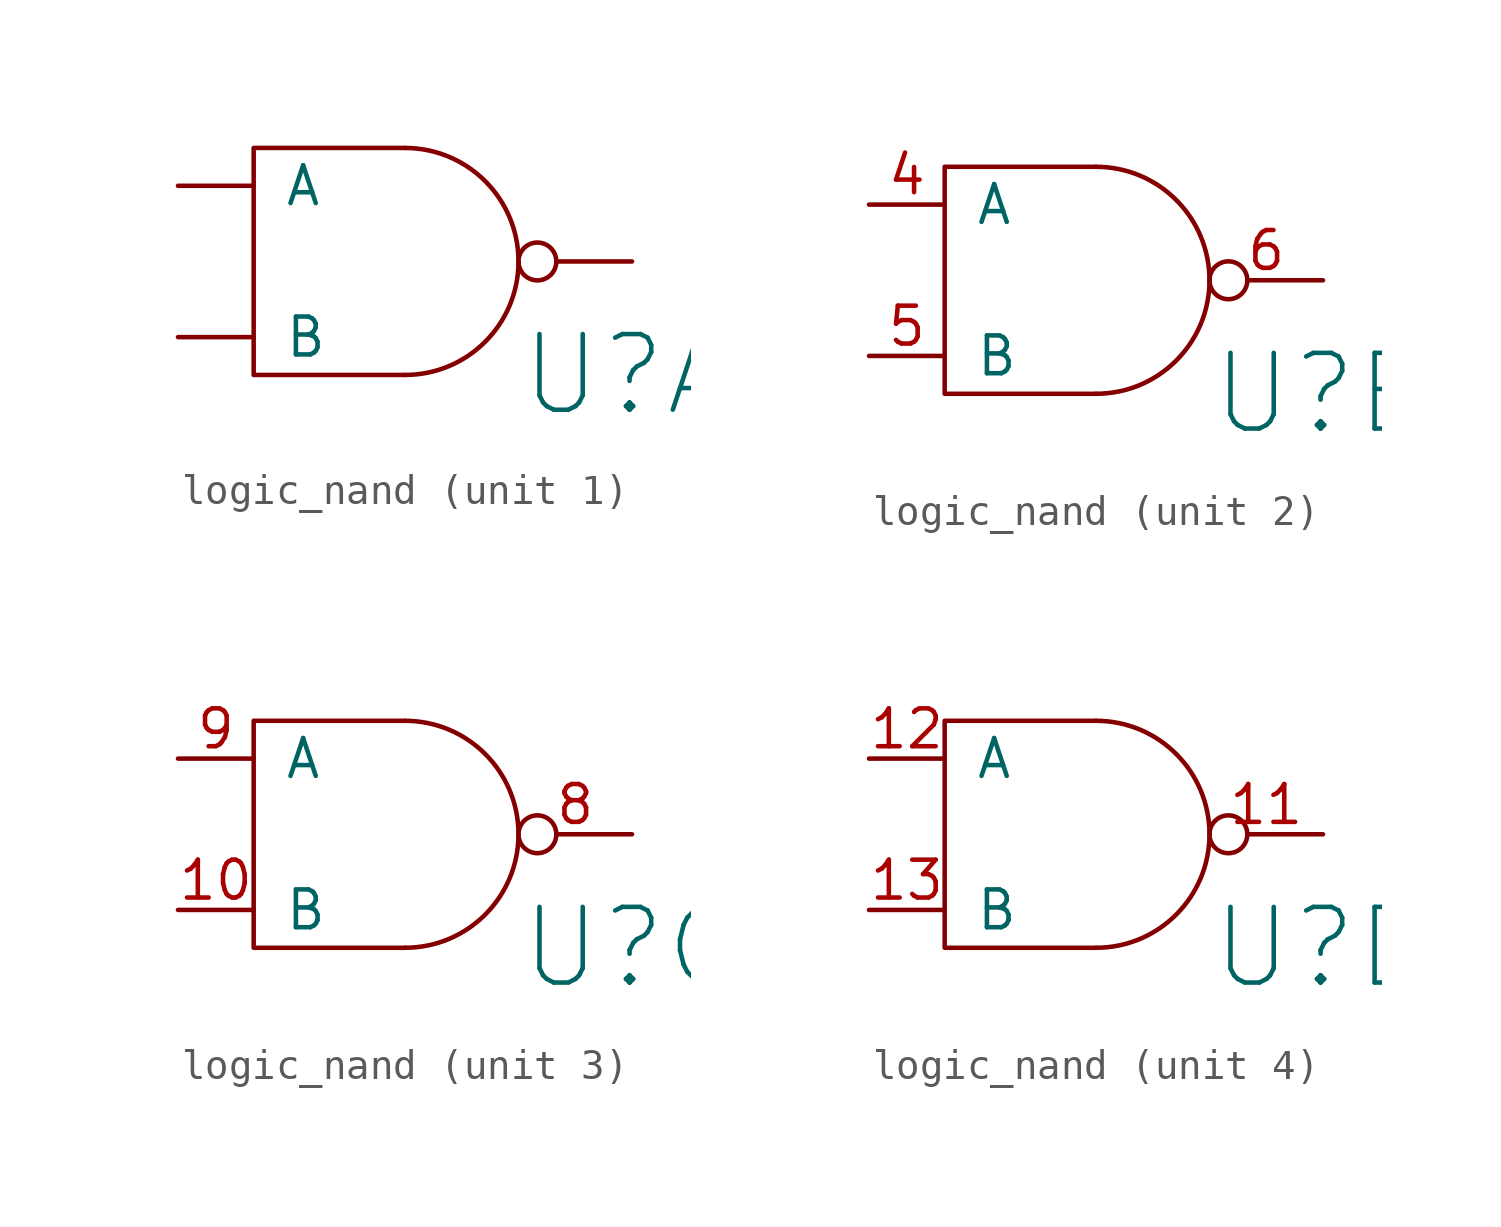
<source format=kicad_sym>
(kicad_symbol_lib
  (version 20220914)
  (generator kicad_symbol_editor)
  (symbol "logic_nand"
    (pin_names
      (offset 1.016))
    (property "Reference" "U"
      (at 11.43 -6.35 0)
      (effects (font (size 2.54 2.54)) (justify left)))
    (symbol "logic_nand_0_1"
      (polyline (pts (xy 7.62 1.27) (xy 2.54 1.27) (xy 2.54 -6.35) (xy 7.62 -6.35)) (stroke (width 0) (type default)) (fill (type none)))
      (arc (start 7.62 -6.35) (mid 11.4134 -2.54) (end 7.62 1.27) (stroke (width 0) (type default)) (fill (type none))))
    (symbol "logic_nand_1_1"
      (pin output inverted (at 15.24 -2.54 180) (length 3.81) (name "" (effects (font (size 1.27 1.27)))) (number "" (effects (font (size 1.27 1.27)))))
      (pin input line (at 0 0 0) (length 2.54) (name "A" (effects (font (size 1.27 1.27)))) (number "" (effects (font (size 1.27 1.27)))))
      (pin input line (at 0 -5.08 0) (length 2.54) (name "B" (effects (font (size 1.27 1.27)))) (number "" (effects (font (size 1.27 1.27))))))
    (symbol "logic_nand_2_1"
      (pin input line (at 0 0 0) (length 2.54) (name "A" (effects (font (size 1.27 1.27)))) (number "4" (effects (font (size 1.27 1.27)))))
      (pin input line (at 0 -5.08 0) (length 2.54) (name "B" (effects (font (size 1.27 1.27)))) (number "5" (effects (font (size 1.27 1.27)))))
      (pin output inverted (at 15.24 -2.54 180) (length 3.81) (name "" (effects (font (size 1.27 1.27)))) (number "6" (effects (font (size 1.27 1.27))))))
    (symbol "logic_nand_3_1"
      (pin input line (at 0 -5.08 0) (length 2.54) (name "B" (effects (font (size 1.27 1.27)))) (number "10" (effects (font (size 1.27 1.27)))))
      (pin output inverted (at 15.24 -2.54 180) (length 3.81) (name "" (effects (font (size 1.27 1.27)))) (number "8" (effects (font (size 1.27 1.27)))))
      (pin input line (at 0 0 0) (length 2.54) (name "A" (effects (font (size 1.27 1.27)))) (number "9" (effects (font (size 1.27 1.27))))))
    (symbol "logic_nand_4_1"
      (pin output inverted (at 15.24 -2.54 180) (length 3.81) (name "" (effects (font (size 1.27 1.27)))) (number "11" (effects (font (size 1.27 1.27)))))
      (pin input line (at 0 0 0) (length 2.54) (name "A" (effects (font (size 1.27 1.27)))) (number "12" (effects (font (size 1.27 1.27)))))
      (pin input line (at 0 -5.08 0) (length 2.54) (name "B" (effects (font (size 1.27 1.27)))) (number "13" (effects (font (size 1.27 1.27))))))))
</source>
